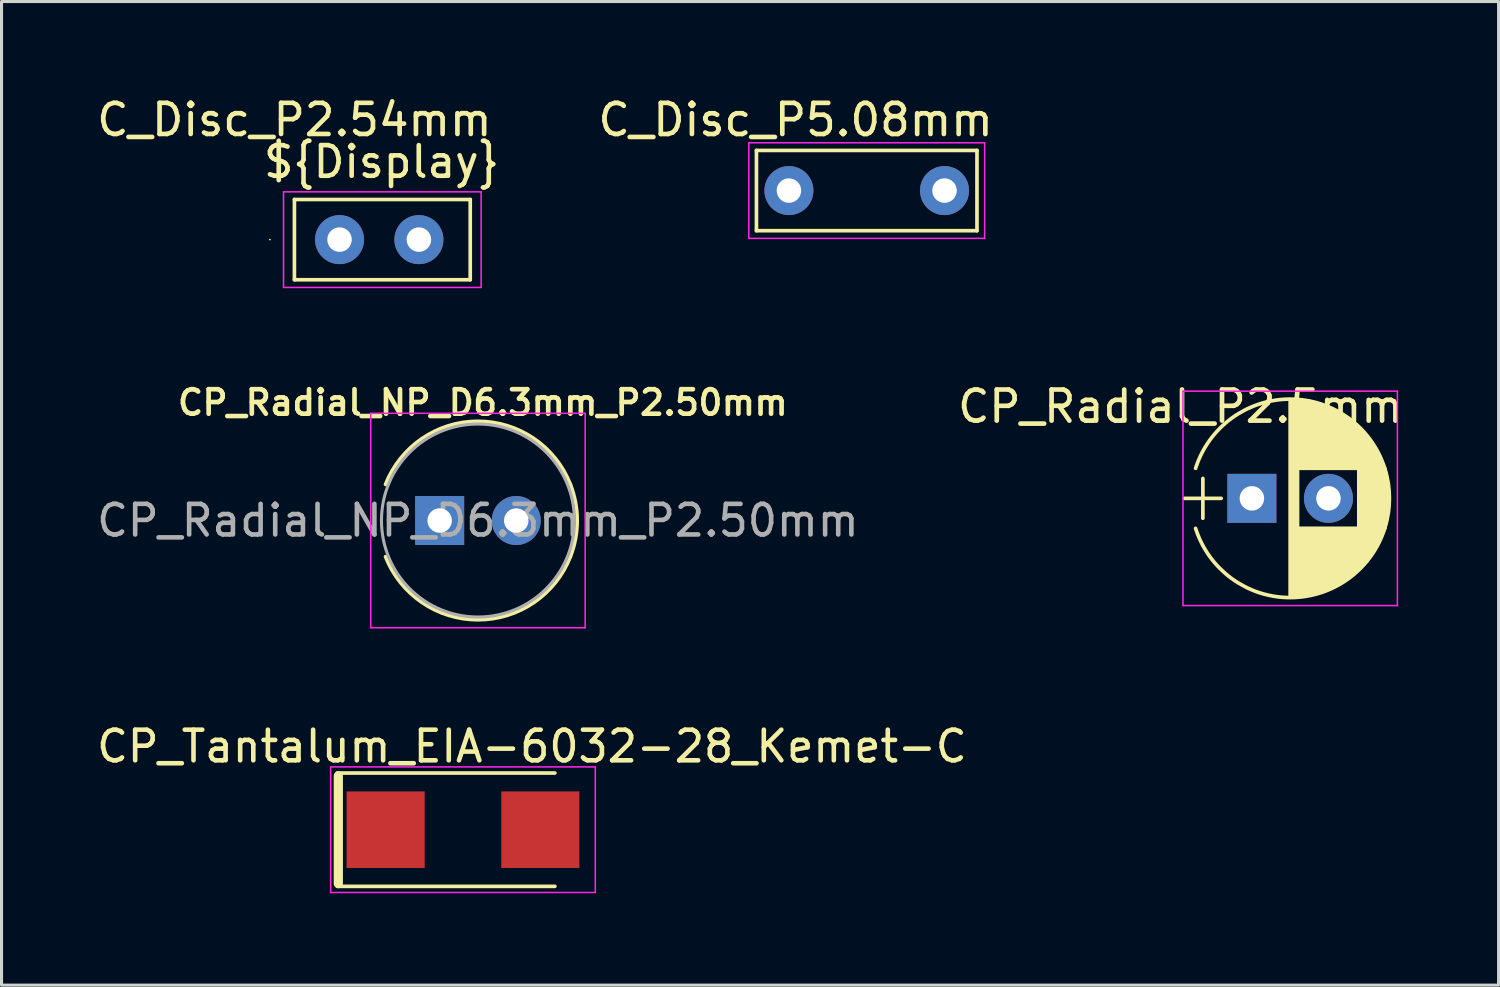
<source format=kicad_pcb>
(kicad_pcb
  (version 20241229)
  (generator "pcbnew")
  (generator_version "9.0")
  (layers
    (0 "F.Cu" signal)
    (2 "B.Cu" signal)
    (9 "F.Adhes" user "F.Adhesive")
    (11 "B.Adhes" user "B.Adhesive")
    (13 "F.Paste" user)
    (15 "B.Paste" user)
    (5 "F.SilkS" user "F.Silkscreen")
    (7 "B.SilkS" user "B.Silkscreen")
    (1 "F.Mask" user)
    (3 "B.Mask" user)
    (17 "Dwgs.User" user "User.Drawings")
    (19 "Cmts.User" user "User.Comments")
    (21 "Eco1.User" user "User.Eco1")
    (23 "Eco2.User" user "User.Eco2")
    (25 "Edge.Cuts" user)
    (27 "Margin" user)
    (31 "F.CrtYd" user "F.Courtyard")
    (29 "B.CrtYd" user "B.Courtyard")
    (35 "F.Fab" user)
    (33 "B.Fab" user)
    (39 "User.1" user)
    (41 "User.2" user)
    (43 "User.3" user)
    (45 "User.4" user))
  (footprint "C_Disc_P5.08mm"
    (layer "F.Cu")
    (at 25.246 3.172)
    (property "Reference" "C_Disc_P5.08mm" (at -2.32 -2.31 0) (layer "F.SilkS") (effects (font (size 1.016 1.016) (thickness 0.152))))
    (attr through_hole)
    (fp_line (start -3.6 -1.31) (end -3.6 1.31) (stroke (width 0.12) (type solid)) (layer "F.SilkS"))
    (fp_line (start -3.6 -1.31) (end 3.6 -1.31) (stroke (width 0.12) (type solid)) (layer "F.SilkS"))
    (fp_line (start -3.6 1.31) (end 3.6 1.31) (stroke (width 0.12) (type solid)) (layer "F.SilkS"))
    (fp_line (start -3.59 0) (end -3.6 0) (stroke (width 0.05) (type solid)) (layer "F.SilkS"))
    (fp_line (start 3.6 -1.31) (end 3.6 1.31) (stroke (width 0.12) (type solid)) (layer "F.SilkS"))
    (fp_line (start -3.85 -1.56) (end -3.85 1.56) (stroke (width 0.05) (type solid)) (layer "F.CrtYd"))
    (fp_line (start -3.85 1.56) (end 3.85 1.56) (stroke (width 0.05) (type solid)) (layer "F.CrtYd"))
    (fp_line (start 3.85 -1.56) (end -3.85 -1.56) (stroke (width 0.05) (type solid)) (layer "F.CrtYd"))
    (fp_line (start 3.85 1.56) (end 3.85 -1.56) (stroke (width 0.05) (type solid)) (layer "F.CrtYd"))
    (pad "1" thru_hole circle (at -2.54 0) (size 1.6 1.6) (drill 0.8) (layers "*.Cu" "*.Mask"))
    (pad "2" thru_hole circle (at 2.54 0) (size 1.6 1.6) (drill 0.8) (layers "*.Cu" "*.Mask")))
  (footprint "CP_Tantalum_EIA-6032-28_Kemet-C"
    (layer "F.Cu")
    (at 12.065 24.037)
    (property "Reference" "CP_Tantalum_EIA-6032-28_Kemet-C" (at 2.25 -2.72 0) (layer "F.SilkS") (effects (font (size 1 1) (thickness 0.15))))
    (attr smd)
    (fp_line (start -4.1 -1.85) (end 3 -1.85) (stroke (width 0.12) (type solid)) (layer "F.SilkS"))
    (fp_line (start -4.1 1.85) (end 3 1.85) (stroke (width 0.12) (type solid)) (layer "F.SilkS"))
    (fp_line (start -4.07 -1.76) (end -4.07 1.76) (stroke (width 0.3) (type solid)) (layer "F.SilkS"))
    (fp_line (start -4.32 -2.05) (end -4.32 2.05) (stroke (width 0.05) (type solid)) (layer "F.CrtYd"))
    (fp_line (start -4.32 2.05) (end 4.32 2.05) (stroke (width 0.05) (type solid)) (layer "F.CrtYd"))
    (fp_line (start 4.32 -2.05) (end -4.32 -2.05) (stroke (width 0.05) (type solid)) (layer "F.CrtYd"))
    (fp_line (start 4.32 2.05) (end 4.32 -2.05) (stroke (width 0.05) (type solid)) (layer "F.CrtYd"))
    (pad "1" smd rect (at -2.525 0) (size 2.55 2.5) (layers "F.Cu" "F.Mask" "F.Paste"))
    (pad "2" smd rect (at 2.525 0) (size 2.55 2.5) (layers "F.Cu" "F.Mask" "F.Paste")))
  (footprint "C_Disc_P2.54mm"
    (layer "F.Cu")
    (at 9.356 4.773)
    (property "Reference" "C_Disc_P2.54mm" (at -2.794 -3.912 0) (layer "F.SilkS") (effects (font (size 1.016 1.016) (thickness 0.152))))
    (attr through_hole)
    (fp_line (start -3.59 0) (end -3.6 0) (stroke (width 0.05) (type solid)) (layer "F.SilkS"))
    (fp_line (start -2.794 -1.31) (end -2.794 1.31) (stroke (width 0.12) (type solid)) (layer "F.SilkS"))
    (fp_line (start -2.794 -1.31) (end 2.946 -1.31) (stroke (width 0.12) (type solid)) (layer "F.SilkS"))
    (fp_line (start -2.794 1.31) (end 2.946 1.31) (stroke (width 0.12) (type solid)) (layer "F.SilkS"))
    (fp_line (start 2.946 -1.31) (end 2.946 1.31) (stroke (width 0.12) (type solid)) (layer "F.SilkS"))
    (fp_line (start -3.15 -1.56) (end -3.15 1.56) (stroke (width 0.05) (type solid)) (layer "F.CrtYd"))
    (fp_line (start -3.15 1.56) (end 3.302 1.56) (stroke (width 0.05) (type solid)) (layer "F.CrtYd"))
    (fp_line (start 3.302 -1.56) (end -3.15 -1.56) (stroke (width 0.05) (type solid)) (layer "F.CrtYd"))
    (fp_line (start 3.302 1.56) (end 3.302 -1.56) (stroke (width 0.05) (type solid)) (layer "F.CrtYd"))
    (fp_text user "${Display}" (at 0.051 -2.54 0) (layer "F.SilkS") (effects (font (size 1 1) (thickness 0.15))))
    (pad "1" thru_hole circle (at -1.321 0) (size 1.6 1.6) (drill 0.8) (layers "*.Cu" "*.Mask"))
    (pad "2" thru_hole circle (at 1.27 0) (size 1.6 1.6) (drill 0.8) (layers "*.Cu" "*.Mask")))
  (footprint "CP_Radial_NP_D6.3mm_P2.50mm"
    (layer "F.Cu")
    (at 11.304 13.944)
    (property "Reference" "CP_Radial_NP_D6.3mm_P2.50mm" (at 1.41 -3.85 0) (layer "F.SilkS") (effects (font (size 0.8 0.8) (thickness 0.152))))
    (attr through_hole)
    (fp_arc (start -1.767482 -1.18) (mid 1.250464 -3.24) (end 4.26782 -1.179135) (stroke (width 0.12) (type solid)) (layer "F.SilkS"))
    (fp_arc (start 4.267482 -1.18) (mid 4.49 -0.000464) (end 4.26782 1.179135) (stroke (width 0.12) (type solid)) (layer "F.SilkS"))
    (fp_arc (start 4.26782 1.179135) (mid 1.250464 3.239999) (end -1.767482 1.18) (stroke (width 0.12) (type solid)) (layer "F.SilkS"))
    (fp_line (start -2.25 -3.5) (end -2.25 3.5) (stroke (width 0.05) (type solid)) (layer "F.CrtYd"))
    (fp_line (start -2.25 3.5) (end 4.75 3.5) (stroke (width 0.05) (type solid)) (layer "F.CrtYd"))
    (fp_line (start 4.75 -3.5) (end -2.25 -3.5) (stroke (width 0.05) (type solid)) (layer "F.CrtYd"))
    (fp_line (start 4.75 3.5) (end 4.75 -3.5) (stroke (width 0.05) (type solid)) (layer "F.CrtYd"))
    (fp_circle (center 1.25 0) (end 4.4 0) (stroke (width 0.1) (type solid)) (fill no) (layer "F.Fab"))
    (fp_text user "${REFERENCE}" (at 1.25 0 0) (layer "F.Fab") (effects (font (size 1 1) (thickness 0.15))))
    (pad "1" thru_hole rect (at 0 0) (size 1.6 1.6) (drill 0.8) (layers "*.Cu" "*.Mask"))
    (pad "2" thru_hole circle (at 2.5 0) (size 1.6 1.6) (drill 0.8) (layers "*.Cu" "*.Mask")))
  (footprint "CP_Radial_P2.5mm"
    (layer "F.Cu")
    (at 37.821 13.22)
    (property "Reference" "CP_Radial_P2.5mm" (at -2.33 -3 0) (layer "F.SilkS") (effects (font (size 1.016 1.016) (thickness 0.152))))
    (attr through_hole)
    (fp_line (start -2.2 0) (end -1 0) (stroke (width 0.12) (type solid)) (layer "F.SilkS"))
    (fp_line (start -1.6 -0.65) (end -1.6 0.65) (stroke (width 0.12) (type solid)) (layer "F.SilkS"))
    (fp_line (start 1.25 -3.2) (end 1.25 3.2) (stroke (width 0.12) (type solid)) (layer "F.SilkS"))
    (fp_line (start 1.29 -3.2) (end 1.29 3.2) (stroke (width 0.12) (type solid)) (layer "F.SilkS"))
    (fp_line (start 1.33 -3.2) (end 1.33 3.2) (stroke (width 0.12) (type solid)) (layer "F.SilkS"))
    (fp_line (start 1.37 -3.198) (end 1.37 3.198) (stroke (width 0.12) (type solid)) (layer "F.SilkS"))
    (fp_line (start 1.41 -3.197) (end 1.41 3.197) (stroke (width 0.12) (type solid)) (layer "F.SilkS"))
    (fp_line (start 1.45 -3.194) (end 1.45 3.194) (stroke (width 0.12) (type solid)) (layer "F.SilkS"))
    (fp_line (start 1.49 -3.192) (end 1.49 3.192) (stroke (width 0.12) (type solid)) (layer "F.SilkS"))
    (fp_line (start 1.53 -3.188) (end 1.53 -0.98) (stroke (width 0.12) (type solid)) (layer "F.SilkS"))
    (fp_line (start 1.53 0.98) (end 1.53 3.188) (stroke (width 0.12) (type solid)) (layer "F.SilkS"))
    (fp_line (start 1.57 -3.185) (end 1.57 -0.98) (stroke (width 0.12) (type solid)) (layer "F.SilkS"))
    (fp_line (start 1.57 0.98) (end 1.57 3.185) (stroke (width 0.12) (type solid)) (layer "F.SilkS"))
    (fp_line (start 1.61 -3.18) (end 1.61 -0.98) (stroke (width 0.12) (type solid)) (layer "F.SilkS"))
    (fp_line (start 1.61 0.98) (end 1.61 3.18) (stroke (width 0.12) (type solid)) (layer "F.SilkS"))
    (fp_line (start 1.65 -3.176) (end 1.65 -0.98) (stroke (width 0.12) (type solid)) (layer "F.SilkS"))
    (fp_line (start 1.65 0.98) (end 1.65 3.176) (stroke (width 0.12) (type solid)) (layer "F.SilkS"))
    (fp_line (start 1.69 -3.17) (end 1.69 -0.98) (stroke (width 0.12) (type solid)) (layer "F.SilkS"))
    (fp_line (start 1.69 0.98) (end 1.69 3.17) (stroke (width 0.12) (type solid)) (layer "F.SilkS"))
    (fp_line (start 1.73 -3.165) (end 1.73 -0.98) (stroke (width 0.12) (type solid)) (layer "F.SilkS"))
    (fp_line (start 1.73 0.98) (end 1.73 3.165) (stroke (width 0.12) (type solid)) (layer "F.SilkS"))
    (fp_line (start 1.77 -3.158) (end 1.77 -0.98) (stroke (width 0.12) (type solid)) (layer "F.SilkS"))
    (fp_line (start 1.77 0.98) (end 1.77 3.158) (stroke (width 0.12) (type solid)) (layer "F.SilkS"))
    (fp_line (start 1.81 -3.152) (end 1.81 -0.98) (stroke (width 0.12) (type solid)) (layer "F.SilkS"))
    (fp_line (start 1.81 0.98) (end 1.81 3.152) (stroke (width 0.12) (type solid)) (layer "F.SilkS"))
    (fp_line (start 1.85 -3.144) (end 1.85 -0.98) (stroke (width 0.12) (type solid)) (layer "F.SilkS"))
    (fp_line (start 1.85 0.98) (end 1.85 3.144) (stroke (width 0.12) (type solid)) (layer "F.SilkS"))
    (fp_line (start 1.89 -3.137) (end 1.89 -0.98) (stroke (width 0.12) (type solid)) (layer "F.SilkS"))
    (fp_line (start 1.89 0.98) (end 1.89 3.137) (stroke (width 0.12) (type solid)) (layer "F.SilkS"))
    (fp_line (start 1.93 -3.128) (end 1.93 -0.98) (stroke (width 0.12) (type solid)) (layer "F.SilkS"))
    (fp_line (start 1.93 0.98) (end 1.93 3.128) (stroke (width 0.12) (type solid)) (layer "F.SilkS"))
    (fp_line (start 1.971 -3.119) (end 1.971 -0.98) (stroke (width 0.12) (type solid)) (layer "F.SilkS"))
    (fp_line (start 1.971 0.98) (end 1.971 3.119) (stroke (width 0.12) (type solid)) (layer "F.SilkS"))
    (fp_line (start 2.011 -3.11) (end 2.011 -0.98) (stroke (width 0.12) (type solid)) (layer "F.SilkS"))
    (fp_line (start 2.011 0.98) (end 2.011 3.11) (stroke (width 0.12) (type solid)) (layer "F.SilkS"))
    (fp_line (start 2.051 -3.1) (end 2.051 -0.98) (stroke (width 0.12) (type solid)) (layer "F.SilkS"))
    (fp_line (start 2.051 0.98) (end 2.051 3.1) (stroke (width 0.12) (type solid)) (layer "F.SilkS"))
    (fp_line (start 2.091 -3.09) (end 2.091 -0.98) (stroke (width 0.12) (type solid)) (layer "F.SilkS"))
    (fp_line (start 2.091 0.98) (end 2.091 3.09) (stroke (width 0.12) (type solid)) (layer "F.SilkS"))
    (fp_line (start 2.131 -3.079) (end 2.131 -0.98) (stroke (width 0.12) (type solid)) (layer "F.SilkS"))
    (fp_line (start 2.131 0.98) (end 2.131 3.079) (stroke (width 0.12) (type solid)) (layer "F.SilkS"))
    (fp_line (start 2.171 -3.067) (end 2.171 -0.98) (stroke (width 0.12) (type solid)) (layer "F.SilkS"))
    (fp_line (start 2.171 0.98) (end 2.171 3.067) (stroke (width 0.12) (type solid)) (layer "F.SilkS"))
    (fp_line (start 2.211 -3.055) (end 2.211 -0.98) (stroke (width 0.12) (type solid)) (layer "F.SilkS"))
    (fp_line (start 2.211 0.98) (end 2.211 3.055) (stroke (width 0.12) (type solid)) (layer "F.SilkS"))
    (fp_line (start 2.251 -3.042) (end 2.251 -0.98) (stroke (width 0.12) (type solid)) (layer "F.SilkS"))
    (fp_line (start 2.251 0.98) (end 2.251 3.042) (stroke (width 0.12) (type solid)) (layer "F.SilkS"))
    (fp_line (start 2.291 -3.029) (end 2.291 -0.98) (stroke (width 0.12) (type solid)) (layer "F.SilkS"))
    (fp_line (start 2.291 0.98) (end 2.291 3.029) (stroke (width 0.12) (type solid)) (layer "F.SilkS"))
    (fp_line (start 2.331 -3.015) (end 2.331 -0.98) (stroke (width 0.12) (type solid)) (layer "F.SilkS"))
    (fp_line (start 2.331 0.98) (end 2.331 3.015) (stroke (width 0.12) (type solid)) (layer "F.SilkS"))
    (fp_line (start 2.371 -3.001) (end 2.371 -0.98) (stroke (width 0.12) (type solid)) (layer "F.SilkS"))
    (fp_line (start 2.371 0.98) (end 2.371 3.001) (stroke (width 0.12) (type solid)) (layer "F.SilkS"))
    (fp_line (start 2.411 -2.986) (end 2.411 -0.98) (stroke (width 0.12) (type solid)) (layer "F.SilkS"))
    (fp_line (start 2.411 0.98) (end 2.411 2.986) (stroke (width 0.12) (type solid)) (layer "F.SilkS"))
    (fp_line (start 2.451 -2.97) (end 2.451 -0.98) (stroke (width 0.12) (type solid)) (layer "F.SilkS"))
    (fp_line (start 2.451 0.98) (end 2.451 2.97) (stroke (width 0.12) (type solid)) (layer "F.SilkS"))
    (fp_line (start 2.491 -2.954) (end 2.491 -0.98) (stroke (width 0.12) (type solid)) (layer "F.SilkS"))
    (fp_line (start 2.491 0.98) (end 2.491 2.954) (stroke (width 0.12) (type solid)) (layer "F.SilkS"))
    (fp_line (start 2.531 -2.937) (end 2.531 -0.98) (stroke (width 0.12) (type solid)) (layer "F.SilkS"))
    (fp_line (start 2.531 0.98) (end 2.531 2.937) (stroke (width 0.12) (type solid)) (layer "F.SilkS"))
    (fp_line (start 2.571 -2.919) (end 2.571 -0.98) (stroke (width 0.12) (type solid)) (layer "F.SilkS"))
    (fp_line (start 2.571 0.98) (end 2.571 2.919) (stroke (width 0.12) (type solid)) (layer "F.SilkS"))
    (fp_line (start 2.611 -2.901) (end 2.611 -0.98) (stroke (width 0.12) (type solid)) (layer "F.SilkS"))
    (fp_line (start 2.611 0.98) (end 2.611 2.901) (stroke (width 0.12) (type solid)) (layer "F.SilkS"))
    (fp_line (start 2.651 -2.882) (end 2.651 -0.98) (stroke (width 0.12) (type solid)) (layer "F.SilkS"))
    (fp_line (start 2.651 0.98) (end 2.651 2.882) (stroke (width 0.12) (type solid)) (layer "F.SilkS"))
    (fp_line (start 2.691 -2.863) (end 2.691 -0.98) (stroke (width 0.12) (type solid)) (layer "F.SilkS"))
    (fp_line (start 2.691 0.98) (end 2.691 2.863) (stroke (width 0.12) (type solid)) (layer "F.SilkS"))
    (fp_line (start 2.731 -2.843) (end 2.731 -0.98) (stroke (width 0.12) (type solid)) (layer "F.SilkS"))
    (fp_line (start 2.731 0.98) (end 2.731 2.843) (stroke (width 0.12) (type solid)) (layer "F.SilkS"))
    (fp_line (start 2.771 -2.822) (end 2.771 -0.98) (stroke (width 0.12) (type solid)) (layer "F.SilkS"))
    (fp_line (start 2.771 0.98) (end 2.771 2.822) (stroke (width 0.12) (type solid)) (layer "F.SilkS"))
    (fp_line (start 2.811 -2.8) (end 2.811 -0.98) (stroke (width 0.12) (type solid)) (layer "F.SilkS"))
    (fp_line (start 2.811 0.98) (end 2.811 2.8) (stroke (width 0.12) (type solid)) (layer "F.SilkS"))
    (fp_line (start 2.851 -2.778) (end 2.851 -0.98) (stroke (width 0.12) (type solid)) (layer "F.SilkS"))
    (fp_line (start 2.851 0.98) (end 2.851 2.778) (stroke (width 0.12) (type solid)) (layer "F.SilkS"))
    (fp_line (start 2.891 -2.755) (end 2.891 -0.98) (stroke (width 0.12) (type solid)) (layer "F.SilkS"))
    (fp_line (start 2.891 0.98) (end 2.891 2.755) (stroke (width 0.12) (type solid)) (layer "F.SilkS"))
    (fp_line (start 2.931 -2.731) (end 2.931 -0.98) (stroke (width 0.12) (type solid)) (layer "F.SilkS"))
    (fp_line (start 2.931 0.98) (end 2.931 2.731) (stroke (width 0.12) (type solid)) (layer "F.SilkS"))
    (fp_line (start 2.971 -2.706) (end 2.971 -0.98) (stroke (width 0.12) (type solid)) (layer "F.SilkS"))
    (fp_line (start 2.971 0.98) (end 2.971 2.706) (stroke (width 0.12) (type solid)) (layer "F.SilkS"))
    (fp_line (start 3.011 -2.681) (end 3.011 -0.98) (stroke (width 0.12) (type solid)) (layer "F.SilkS"))
    (fp_line (start 3.011 0.98) (end 3.011 2.681) (stroke (width 0.12) (type solid)) (layer "F.SilkS"))
    (fp_line (start 3.051 -2.654) (end 3.051 -0.98) (stroke (width 0.12) (type solid)) (layer "F.SilkS"))
    (fp_line (start 3.051 0.98) (end 3.051 2.654) (stroke (width 0.12) (type solid)) (layer "F.SilkS"))
    (fp_line (start 3.091 -2.627) (end 3.091 -0.98) (stroke (width 0.12) (type solid)) (layer "F.SilkS"))
    (fp_line (start 3.091 0.98) (end 3.091 2.627) (stroke (width 0.12) (type solid)) (layer "F.SilkS"))
    (fp_line (start 3.131 -2.599) (end 3.131 -0.98) (stroke (width 0.12) (type solid)) (layer "F.SilkS"))
    (fp_line (start 3.131 0.98) (end 3.131 2.599) (stroke (width 0.12) (type solid)) (layer "F.SilkS"))
    (fp_line (start 3.171 -2.57) (end 3.171 -0.98) (stroke (width 0.12) (type solid)) (layer "F.SilkS"))
    (fp_line (start 3.171 0.98) (end 3.171 2.57) (stroke (width 0.12) (type solid)) (layer "F.SilkS"))
    (fp_line (start 3.211 -2.54) (end 3.211 -0.98) (stroke (width 0.12) (type solid)) (layer "F.SilkS"))
    (fp_line (start 3.211 0.98) (end 3.211 2.54) (stroke (width 0.12) (type solid)) (layer "F.SilkS"))
    (fp_line (start 3.251 -2.51) (end 3.251 -0.98) (stroke (width 0.12) (type solid)) (layer "F.SilkS"))
    (fp_line (start 3.251 0.98) (end 3.251 2.51) (stroke (width 0.12) (type solid)) (layer "F.SilkS"))
    (fp_line (start 3.291 -2.478) (end 3.291 -0.98) (stroke (width 0.12) (type solid)) (layer "F.SilkS"))
    (fp_line (start 3.291 0.98) (end 3.291 2.478) (stroke (width 0.12) (type solid)) (layer "F.SilkS"))
    (fp_line (start 3.331 -2.445) (end 3.331 -0.98) (stroke (width 0.12) (type solid)) (layer "F.SilkS"))
    (fp_line (start 3.331 0.98) (end 3.331 2.445) (stroke (width 0.12) (type solid)) (layer "F.SilkS"))
    (fp_line (start 3.371 -2.411) (end 3.371 -0.98) (stroke (width 0.12) (type solid)) (layer "F.SilkS"))
    (fp_line (start 3.371 0.98) (end 3.371 2.411) (stroke (width 0.12) (type solid)) (layer "F.SilkS"))
    (fp_line (start 3.411 -2.375) (end 3.411 -0.98) (stroke (width 0.12) (type solid)) (layer "F.SilkS"))
    (fp_line (start 3.411 0.98) (end 3.411 2.375) (stroke (width 0.12) (type solid)) (layer "F.SilkS"))
    (fp_line (start 3.451 -2.339) (end 3.451 -0.98) (stroke (width 0.12) (type solid)) (layer "F.SilkS"))
    (fp_line (start 3.451 0.98) (end 3.451 2.339) (stroke (width 0.12) (type solid)) (layer "F.SilkS"))
    (fp_line (start 3.491 -2.301) (end 3.491 2.301) (stroke (width 0.12) (type solid)) (layer "F.SilkS"))
    (fp_line (start 3.531 -2.262) (end 3.531 2.262) (stroke (width 0.12) (type solid)) (layer "F.SilkS"))
    (fp_line (start 3.571 -2.222) (end 3.571 2.222) (stroke (width 0.12) (type solid)) (layer "F.SilkS"))
    (fp_line (start 3.611 -2.18) (end 3.611 2.18) (stroke (width 0.12) (type solid)) (layer "F.SilkS"))
    (fp_line (start 3.651 -2.137) (end 3.651 2.137) (stroke (width 0.12) (type solid)) (layer "F.SilkS"))
    (fp_line (start 3.691 -2.092) (end 3.691 2.092) (stroke (width 0.12) (type solid)) (layer "F.SilkS"))
    (fp_line (start 3.731 -2.045) (end 3.731 2.045) (stroke (width 0.12) (type solid)) (layer "F.SilkS"))
    (fp_line (start 3.771 -1.997) (end 3.771 1.997) (stroke (width 0.12) (type solid)) (layer "F.SilkS"))
    (fp_line (start 3.811 -1.946) (end 3.811 1.946) (stroke (width 0.12) (type solid)) (layer "F.SilkS"))
    (fp_line (start 3.851 -1.894) (end 3.851 1.894) (stroke (width 0.12) (type solid)) (layer "F.SilkS"))
    (fp_line (start 3.891 -1.839) (end 3.891 1.839) (stroke (width 0.12) (type solid)) (layer "F.SilkS"))
    (fp_line (start 3.931 -1.781) (end 3.931 1.781) (stroke (width 0.12) (type solid)) (layer "F.SilkS"))
    (fp_line (start 3.971 -1.721) (end 3.971 1.721) (stroke (width 0.12) (type solid)) (layer "F.SilkS"))
    (fp_line (start 4.011 -1.658) (end 4.011 1.658) (stroke (width 0.12) (type solid)) (layer "F.SilkS"))
    (fp_line (start 4.051 -1.591) (end 4.051 1.591) (stroke (width 0.12) (type solid)) (layer "F.SilkS"))
    (fp_line (start 4.091 -1.52) (end 4.091 1.52) (stroke (width 0.12) (type solid)) (layer "F.SilkS"))
    (fp_line (start 4.131 -1.445) (end 4.131 1.445) (stroke (width 0.12) (type solid)) (layer "F.SilkS"))
    (fp_line (start 4.171 -1.364) (end 4.171 1.364) (stroke (width 0.12) (type solid)) (layer "F.SilkS"))
    (fp_line (start 4.211 -1.278) (end 4.211 1.278) (stroke (width 0.12) (type solid)) (layer "F.SilkS"))
    (fp_line (start 4.251 -1.184) (end 4.251 1.184) (stroke (width 0.12) (type solid)) (layer "F.SilkS"))
    (fp_line (start 4.291 -1.081) (end 4.291 1.081) (stroke (width 0.12) (type solid)) (layer "F.SilkS"))
    (fp_line (start 4.331 -0.966) (end 4.331 0.966) (stroke (width 0.12) (type solid)) (layer "F.SilkS"))
    (fp_line (start 4.371 -0.834) (end 4.371 0.834) (stroke (width 0.12) (type solid)) (layer "F.SilkS"))
    (fp_line (start 4.411 -0.676) (end 4.411 0.676) (stroke (width 0.12) (type solid)) (layer "F.SilkS"))
    (fp_line (start 4.451 -0.468) (end 4.451 0.468) (stroke (width 0.12) (type solid)) (layer "F.SilkS"))
    (fp_arc (start -1.838236 -0.98) (mid 1.250337 -3.24) (end 4.33844 -0.979357) (stroke (width 0.12) (type solid)) (layer "F.SilkS"))
    (fp_arc (start 4.338236 -0.98) (mid 4.49 -0.000337) (end 4.33844 0.979357) (stroke (width 0.12) (type solid)) (layer "F.SilkS"))
    (fp_arc (start 4.33844 0.979357) (mid 1.250337 3.24) (end -1.838236 0.98) (stroke (width 0.12) (type solid)) (layer "F.SilkS"))
    (fp_line (start -2.25 -3.5) (end -2.25 3.5) (stroke (width 0.05) (type solid)) (layer "F.CrtYd"))
    (fp_line (start -2.25 3.5) (end 4.75 3.5) (stroke (width 0.05) (type solid)) (layer "F.CrtYd"))
    (fp_line (start 4.75 -3.5) (end -2.25 -3.5) (stroke (width 0.05) (type solid)) (layer "F.CrtYd"))
    (fp_line (start 4.75 3.5) (end 4.75 -3.5) (stroke (width 0.05) (type solid)) (layer "F.CrtYd"))
    (pad "1" thru_hole rect (at 0 0) (size 1.6 1.6) (drill 0.8) (layers "*.Cu" "*.Mask"))
    (pad "2" thru_hole circle (at 2.5 0) (size 1.6 1.6) (drill 0.8) (layers "*.Cu" "*.Mask")))
  (gr_rect
    (start -3 -3)
    (end 45.875 29.112)
    (stroke (width 0.1) (type default))
    (fill no)
    (layer "Edge.Cuts")))
</source>
